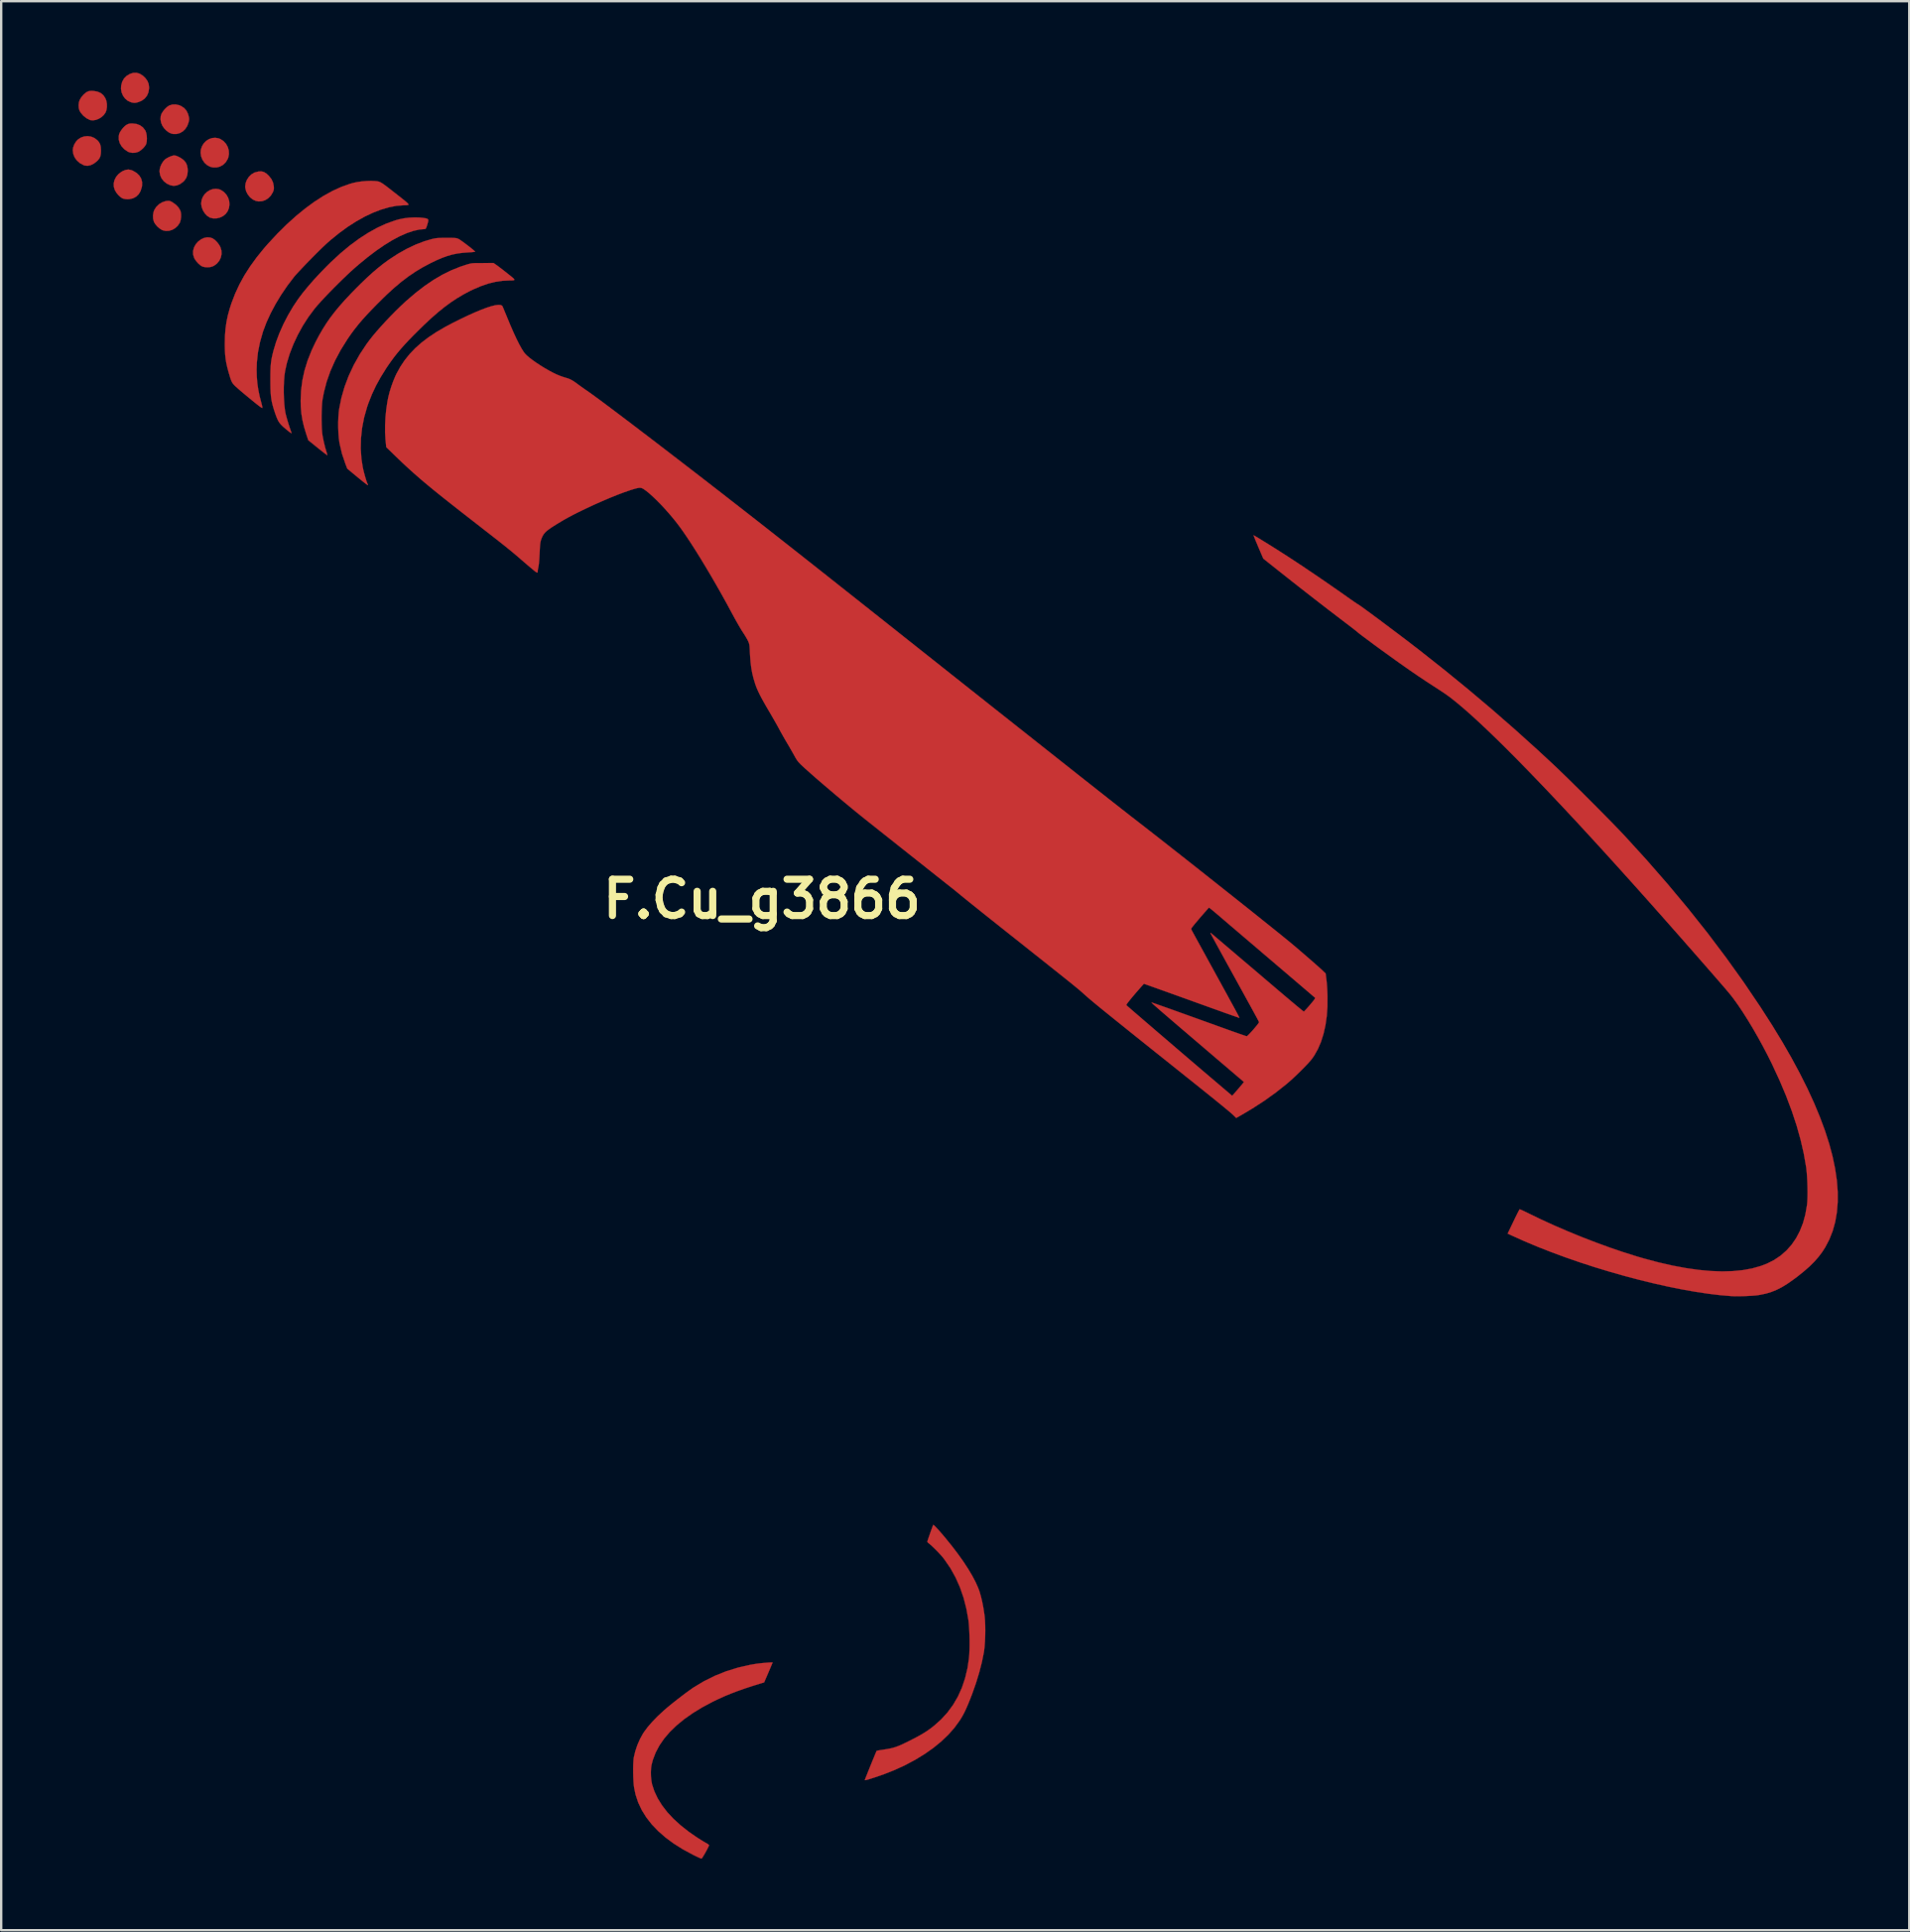
<source format=kicad_pcb>
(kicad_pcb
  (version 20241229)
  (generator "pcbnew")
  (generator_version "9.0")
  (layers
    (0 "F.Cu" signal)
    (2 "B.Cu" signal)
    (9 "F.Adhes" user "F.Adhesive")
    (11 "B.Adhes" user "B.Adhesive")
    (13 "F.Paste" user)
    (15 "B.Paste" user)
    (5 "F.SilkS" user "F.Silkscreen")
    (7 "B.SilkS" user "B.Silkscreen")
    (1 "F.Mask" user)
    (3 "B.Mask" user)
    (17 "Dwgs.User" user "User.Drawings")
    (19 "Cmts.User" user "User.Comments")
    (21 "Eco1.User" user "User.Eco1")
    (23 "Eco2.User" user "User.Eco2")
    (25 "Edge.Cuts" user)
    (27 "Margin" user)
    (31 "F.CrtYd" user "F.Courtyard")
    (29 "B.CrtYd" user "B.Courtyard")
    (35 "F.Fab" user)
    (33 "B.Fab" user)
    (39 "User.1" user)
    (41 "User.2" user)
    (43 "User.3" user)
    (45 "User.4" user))
  (footprint "F.Cu_g3866"
    (layer "F.Cu")
    (at 28.94 34.694)
    (property "Reference" "F.Cu_g3866" (at 0 0 0) (layer "F.SilkS") (effects (font (size 1.524 1.524) (thickness 0.3))))
    (attr through_hole)
    (fp_poly (pts (xy -22.812 -31.937) (xy -22.737 -31.907) (xy -22.606 -31.82) (xy -22.501 -31.706) (xy -22.427 -31.573) (xy -22.385 -31.427) (xy -22.378 -31.276) (xy -22.407 -31.126) (xy -22.434 -31.061) (xy -22.518 -30.927) (xy -22.628 -30.822) (xy -22.756 -30.751) (xy -22.897 -30.714) (xy -23.046 -30.715) (xy -23.164 -30.744) (xy -23.294 -30.812) (xy -23.403 -30.911) (xy -23.488 -31.034) (xy -23.545 -31.174) (xy -23.568 -31.322) (xy -23.559 -31.453) (xy -23.512 -31.599) (xy -23.436 -31.725) (xy -23.336 -31.828) (xy -23.218 -31.903) (xy -23.087 -31.949) (xy -22.95 -31.961) (xy -22.812 -31.937)) (stroke (width 0.01) (type solid)) (fill yes) (layer "F.Cu"))
    (fp_poly (pts (xy -26.123 -34.649) (xy -25.994 -34.568) (xy -25.893 -34.473) (xy -25.804 -34.354) (xy -25.751 -34.228) (xy -25.732 -34.086) (xy -25.733 -34.031) (xy -25.758 -33.869) (xy -25.82 -33.726) (xy -25.916 -33.607) (xy -26.042 -33.515) (xy -26.184 -33.456) (xy -26.283 -33.431) (xy -26.364 -33.426) (xy -26.448 -33.44) (xy -26.501 -33.455) (xy -26.631 -33.516) (xy -26.74 -33.609) (xy -26.826 -33.728) (xy -26.884 -33.865) (xy -26.91 -34.014) (xy -26.903 -34.152) (xy -26.859 -34.314) (xy -26.784 -34.448) (xy -26.676 -34.557) (xy -26.534 -34.642) (xy -26.394 -34.686) (xy -26.257 -34.689) (xy -26.123 -34.649)) (stroke (width 0.01) (type solid)) (fill yes) (layer "F.Cu"))
    (fp_poly (pts (xy -22.787 -29.798) (xy -22.716 -29.769) (xy -22.587 -29.683) (xy -22.485 -29.572) (xy -22.412 -29.443) (xy -22.368 -29.302) (xy -22.357 -29.156) (xy -22.377 -29.012) (xy -22.432 -28.876) (xy -22.514 -28.764) (xy -22.624 -28.674) (xy -22.755 -28.611) (xy -22.896 -28.577) (xy -23.038 -28.575) (xy -23.169 -28.607) (xy -23.188 -28.614) (xy -23.296 -28.685) (xy -23.392 -28.787) (xy -23.469 -28.912) (xy -23.522 -29.048) (xy -23.544 -29.187) (xy -23.544 -29.199) (xy -23.527 -29.343) (xy -23.476 -29.476) (xy -23.398 -29.592) (xy -23.298 -29.688) (xy -23.181 -29.761) (xy -23.053 -29.806) (xy -22.92 -29.82) (xy -22.787 -29.798)) (stroke (width 0.01) (type solid)) (fill yes) (layer "F.Cu"))
    (fp_poly (pts (xy -26.484 -30.606) (xy -26.407 -30.575) (xy -26.255 -30.485) (xy -26.141 -30.375) (xy -26.064 -30.249) (xy -26.025 -30.106) (xy -26.026 -29.949) (xy -26.036 -29.894) (xy -26.088 -29.727) (xy -26.167 -29.591) (xy -26.273 -29.489) (xy -26.405 -29.419) (xy -26.56 -29.384) (xy -26.647 -29.38) (xy -26.742 -29.389) (xy -26.83 -29.411) (xy -26.85 -29.419) (xy -26.936 -29.474) (xy -27.025 -29.558) (xy -27.106 -29.659) (xy -27.168 -29.765) (xy -27.169 -29.767) (xy -27.211 -29.905) (xy -27.215 -30.047) (xy -27.182 -30.186) (xy -27.115 -30.318) (xy -27.018 -30.435) (xy -26.891 -30.532) (xy -26.836 -30.563) (xy -26.711 -30.613) (xy -26.597 -30.627) (xy -26.484 -30.606)) (stroke (width 0.01) (type solid)) (fill yes) (layer "F.Cu"))
    (fp_poly (pts (xy -23.158 -27.771) (xy -23.06 -27.735) (xy -22.963 -27.667) (xy -22.868 -27.571) (xy -22.785 -27.459) (xy -22.739 -27.375) (xy -22.694 -27.229) (xy -22.688 -27.08) (xy -22.718 -26.936) (xy -22.782 -26.802) (xy -22.877 -26.685) (xy -23.001 -26.592) (xy -23.058 -26.563) (xy -23.16 -26.533) (xy -23.28 -26.523) (xy -23.4 -26.532) (xy -23.502 -26.56) (xy -23.506 -26.562) (xy -23.584 -26.612) (xy -23.67 -26.688) (xy -23.751 -26.78) (xy -23.816 -26.875) (xy -23.84 -26.919) (xy -23.882 -27.06) (xy -23.884 -27.205) (xy -23.848 -27.349) (xy -23.775 -27.485) (xy -23.682 -27.594) (xy -23.556 -27.692) (xy -23.423 -27.755) (xy -23.289 -27.782) (xy -23.158 -27.771)) (stroke (width 0.01) (type solid)) (fill yes) (layer "F.Cu"))
    (fp_poly (pts (xy -20.906 -30.521) (xy -20.802 -30.457) (xy -20.702 -30.362) (xy -20.596 -30.228) (xy -20.529 -30.086) (xy -20.496 -29.928) (xy -20.495 -29.916) (xy -20.492 -29.83) (xy -20.502 -29.76) (xy -20.531 -29.684) (xy -20.537 -29.67) (xy -20.62 -29.532) (xy -20.727 -29.423) (xy -20.852 -29.343) (xy -20.989 -29.297) (xy -21.132 -29.288) (xy -21.247 -29.309) (xy -21.377 -29.369) (xy -21.493 -29.463) (xy -21.588 -29.581) (xy -21.657 -29.716) (xy -21.692 -29.86) (xy -21.696 -29.921) (xy -21.676 -30.06) (xy -21.623 -30.196) (xy -21.541 -30.32) (xy -21.437 -30.422) (xy -21.317 -30.494) (xy -21.276 -30.51) (xy -21.134 -30.545) (xy -21.013 -30.55) (xy -20.906 -30.521)) (stroke (width 0.01) (type solid)) (fill yes) (layer "F.Cu"))
    (fp_poly (pts (xy -24.467 -33.327) (xy -24.382 -33.29) (xy -24.256 -33.206) (xy -24.162 -33.098) (xy -24.096 -32.962) (xy -24.074 -32.885) (xy -24.056 -32.805) (xy -24.05 -32.745) (xy -24.056 -32.685) (xy -24.073 -32.607) (xy -24.129 -32.455) (xy -24.212 -32.327) (xy -24.318 -32.226) (xy -24.442 -32.156) (xy -24.577 -32.12) (xy -24.72 -32.121) (xy -24.81 -32.142) (xy -24.91 -32.19) (xy -25.012 -32.268) (xy -25.104 -32.365) (xy -25.176 -32.471) (xy -25.228 -32.6) (xy -25.25 -32.736) (xy -25.242 -32.867) (xy -25.211 -32.965) (xy -25.15 -33.066) (xy -25.069 -33.165) (xy -24.98 -33.25) (xy -24.894 -33.31) (xy -24.885 -33.315) (xy -24.755 -33.355) (xy -24.612 -33.359) (xy -24.467 -33.327)) (stroke (width 0.01) (type solid)) (fill yes) (layer "F.Cu"))
    (fp_poly (pts (xy -28.162 -32.008) (xy -28.024 -31.95) (xy -27.901 -31.856) (xy -27.9 -31.855) (xy -27.831 -31.773) (xy -27.785 -31.686) (xy -27.76 -31.583) (xy -27.751 -31.452) (xy -27.75 -31.422) (xy -27.756 -31.288) (xy -27.777 -31.183) (xy -27.817 -31.096) (xy -27.88 -31.016) (xy -27.924 -30.974) (xy -28.055 -30.873) (xy -28.187 -30.809) (xy -28.316 -30.784) (xy -28.439 -30.797) (xy -28.48 -30.812) (xy -28.635 -30.896) (xy -28.761 -31.006) (xy -28.856 -31.137) (xy -28.914 -31.283) (xy -28.935 -31.442) (xy -28.935 -31.442) (xy -28.918 -31.555) (xy -28.874 -31.675) (xy -28.808 -31.788) (xy -28.729 -31.878) (xy -28.729 -31.879) (xy -28.6 -31.966) (xy -28.457 -32.016) (xy -28.309 -32.03) (xy -28.162 -32.008)) (stroke (width 0.01) (type solid)) (fill yes) (layer "F.Cu"))
    (fp_poly (pts (xy -28.07 -33.926) (xy -27.904 -33.899) (xy -27.765 -33.84) (xy -27.653 -33.749) (xy -27.569 -33.626) (xy -27.524 -33.51) (xy -27.502 -33.383) (xy -27.501 -33.248) (xy -27.522 -33.119) (xy -27.555 -33.028) (xy -27.628 -32.921) (xy -27.726 -32.83) (xy -27.841 -32.759) (xy -27.963 -32.711) (xy -28.084 -32.691) (xy -28.196 -32.702) (xy -28.218 -32.709) (xy -28.361 -32.782) (xy -28.491 -32.886) (xy -28.598 -33.01) (xy -28.651 -33.1) (xy -28.682 -33.202) (xy -28.69 -33.323) (xy -28.677 -33.445) (xy -28.642 -33.553) (xy -28.642 -33.553) (xy -28.571 -33.669) (xy -28.482 -33.774) (xy -28.384 -33.857) (xy -28.33 -33.889) (xy -28.27 -33.914) (xy -28.212 -33.926) (xy -28.14 -33.929) (xy -28.07 -33.926)) (stroke (width 0.01) (type solid)) (fill yes) (layer "F.Cu"))
    (fp_poly (pts (xy -24.863 -29.307) (xy -24.812 -29.287) (xy -24.744 -29.249) (xy -24.723 -29.236) (xy -24.597 -29.142) (xy -24.495 -29.032) (xy -24.424 -28.914) (xy -24.404 -28.857) (xy -24.388 -28.751) (xy -24.389 -28.629) (xy -24.406 -28.507) (xy -24.437 -28.405) (xy -24.444 -28.39) (xy -24.528 -28.266) (xy -24.636 -28.166) (xy -24.76 -28.095) (xy -24.894 -28.055) (xy -25.03 -28.048) (xy -25.161 -28.078) (xy -25.183 -28.087) (xy -25.287 -28.15) (xy -25.388 -28.238) (xy -25.473 -28.339) (xy -25.527 -28.431) (xy -25.562 -28.559) (xy -25.567 -28.701) (xy -25.544 -28.842) (xy -25.506 -28.942) (xy -25.421 -29.069) (xy -25.307 -29.176) (xy -25.174 -29.255) (xy -25.032 -29.302) (xy -24.978 -29.309) (xy -24.914 -29.313) (xy -24.863 -29.307)) (stroke (width 0.01) (type solid)) (fill yes) (layer "F.Cu"))
    (fp_poly (pts (xy -24.604 -31.208) (xy -24.516 -31.173) (xy -24.42 -31.124) (xy -24.331 -31.065) (xy -24.264 -31.008) (xy -24.187 -30.913) (xy -24.138 -30.803) (xy -24.113 -30.67) (xy -24.109 -30.566) (xy -24.124 -30.408) (xy -24.171 -30.274) (xy -24.252 -30.159) (xy -24.299 -30.112) (xy -24.43 -30.016) (xy -24.566 -29.959) (xy -24.704 -29.943) (xy -24.839 -29.967) (xy -24.843 -29.969) (xy -24.993 -30.04) (xy -25.115 -30.138) (xy -25.208 -30.258) (xy -25.268 -30.394) (xy -25.291 -30.542) (xy -25.284 -30.64) (xy -25.256 -30.748) (xy -25.205 -30.862) (xy -25.14 -30.966) (xy -25.069 -31.045) (xy -25.059 -31.054) (xy -24.979 -31.107) (xy -24.885 -31.156) (xy -24.789 -31.194) (xy -24.706 -31.217) (xy -24.673 -31.22) (xy -24.604 -31.208)) (stroke (width 0.01) (type solid)) (fill yes) (layer "F.Cu"))
    (fp_poly (pts (xy -26.261 -32.541) (xy -26.116 -32.487) (xy -25.994 -32.399) (xy -25.899 -32.279) (xy -25.881 -32.247) (xy -25.851 -32.161) (xy -25.831 -32.048) (xy -25.824 -31.926) (xy -25.83 -31.809) (xy -25.849 -31.712) (xy -25.853 -31.698) (xy -25.9 -31.616) (xy -25.974 -31.529) (xy -26.063 -31.448) (xy -26.157 -31.384) (xy -26.189 -31.368) (xy -26.311 -31.333) (xy -26.441 -31.328) (xy -26.565 -31.353) (xy -26.628 -31.381) (xy -26.774 -31.483) (xy -26.886 -31.604) (xy -26.963 -31.738) (xy -27.003 -31.882) (xy -27.003 -32.032) (xy -26.987 -32.114) (xy -26.95 -32.199) (xy -26.888 -32.295) (xy -26.812 -32.388) (xy -26.732 -32.466) (xy -26.679 -32.503) (xy -26.617 -32.535) (xy -26.558 -32.553) (xy -26.486 -32.56) (xy -26.427 -32.56) (xy -26.261 -32.541)) (stroke (width 0.01) (type solid)) (fill yes) (layer "F.Cu"))
    (fp_poly (pts (xy -14.365 -28.611) (xy -14.233 -28.597) (xy -14.127 -28.581) (xy -14.058 -28.563) (xy -14.02 -28.537) (xy -14.009 -28.496) (xy -14.019 -28.431) (xy -14.045 -28.335) (xy -14.048 -28.326) (xy -14.08 -28.225) (xy -14.107 -28.161) (xy -14.13 -28.133) (xy -14.138 -28.13) (xy -14.379 -28.109) (xy -14.639 -28.051) (xy -14.917 -27.956) (xy -15.213 -27.825) (xy -15.525 -27.659) (xy -15.853 -27.457) (xy -16.196 -27.221) (xy -16.554 -26.95) (xy -16.924 -26.646) (xy -17.102 -26.492) (xy -17.258 -26.352) (xy -17.429 -26.192) (xy -17.61 -26.018) (xy -17.798 -25.834) (xy -17.985 -25.647) (xy -18.168 -25.46) (xy -18.341 -25.279) (xy -18.499 -25.109) (xy -18.638 -24.955) (xy -18.751 -24.823) (xy -18.782 -24.785) (xy -19.041 -24.439) (xy -19.278 -24.07) (xy -19.49 -23.685) (xy -19.675 -23.29) (xy -19.829 -22.891) (xy -19.949 -22.496) (xy -20.021 -22.168) (xy -20.048 -21.978) (xy -20.066 -21.757) (xy -20.076 -21.515) (xy -20.077 -21.263) (xy -20.07 -21.011) (xy -20.054 -20.769) (xy -20.03 -20.549) (xy -20.012 -20.436) (xy -19.994 -20.353) (xy -19.964 -20.24) (xy -19.927 -20.107) (xy -19.883 -19.965) (xy -19.838 -19.823) (xy -19.794 -19.692) (xy -19.757 -19.591) (xy -19.751 -19.567) (xy -19.762 -19.562) (xy -19.792 -19.577) (xy -19.845 -19.616) (xy -19.924 -19.679) (xy -20.002 -19.743) (xy -20.112 -19.838) (xy -20.197 -19.922) (xy -20.264 -20.005) (xy -20.319 -20.096) (xy -20.369 -20.206) (xy -20.421 -20.343) (xy -20.443 -20.408) (xy -20.495 -20.567) (xy -20.537 -20.71) (xy -20.57 -20.843) (xy -20.596 -20.975) (xy -20.614 -21.112) (xy -20.626 -21.262) (xy -20.634 -21.433) (xy -20.637 -21.633) (xy -20.638 -21.833) (xy -20.637 -22.041) (xy -20.633 -22.215) (xy -20.626 -22.363) (xy -20.615 -22.495) (xy -20.599 -22.619) (xy -20.576 -22.743) (xy -20.546 -22.876) (xy -20.512 -23.013) (xy -20.402 -23.38) (xy -20.26 -23.758) (xy -20.089 -24.141) (xy -19.894 -24.518) (xy -19.679 -24.883) (xy -19.474 -25.188) (xy -19.289 -25.436) (xy -19.072 -25.701) (xy -18.83 -25.98) (xy -18.566 -26.266) (xy -18.285 -26.555) (xy -18.099 -26.739) (xy -17.705 -27.103) (xy -17.312 -27.43) (xy -16.92 -27.72) (xy -16.531 -27.972) (xy -16.147 -28.185) (xy -15.768 -28.359) (xy -15.395 -28.492) (xy -15.244 -28.535) (xy -15.037 -28.578) (xy -14.812 -28.606) (xy -14.583 -28.617) (xy -14.365 -28.611)) (stroke (width 0.01) (type solid)) (fill yes) (layer "F.Cu"))
    (fp_poly (pts (xy -11.146 -26.617) (xy -11.09 -26.577) (xy -11.009 -26.516) (xy -10.911 -26.441) (xy -10.802 -26.356) (xy -10.69 -26.268) (xy -10.687 -26.265) (xy -10.567 -26.17) (xy -10.479 -26.098) (xy -10.422 -26.046) (xy -10.396 -26.01) (xy -10.4 -25.989) (xy -10.432 -25.977) (xy -10.493 -25.973) (xy -10.581 -25.972) (xy -10.615 -25.971) (xy -10.905 -25.956) (xy -11.194 -25.913) (xy -11.489 -25.84) (xy -11.794 -25.735) (xy -12.115 -25.598) (xy -12.277 -25.52) (xy -12.546 -25.377) (xy -12.809 -25.22) (xy -13.069 -25.047) (xy -13.332 -24.853) (xy -13.601 -24.636) (xy -13.881 -24.391) (xy -14.176 -24.116) (xy -14.358 -23.939) (xy -14.597 -23.702) (xy -14.808 -23.486) (xy -14.995 -23.287) (xy -15.162 -23.099) (xy -15.314 -22.918) (xy -15.456 -22.738) (xy -15.591 -22.554) (xy -15.725 -22.361) (xy -15.78 -22.278) (xy -16.009 -21.91) (xy -16.206 -21.552) (xy -16.374 -21.194) (xy -16.52 -20.826) (xy -16.581 -20.648) (xy -16.703 -20.218) (xy -16.788 -19.782) (xy -16.835 -19.346) (xy -16.845 -18.915) (xy -16.817 -18.493) (xy -16.762 -18.137) (xy -16.737 -18.021) (xy -16.705 -17.893) (xy -16.67 -17.764) (xy -16.634 -17.642) (xy -16.601 -17.538) (xy -16.572 -17.462) (xy -16.561 -17.438) (xy -16.545 -17.397) (xy -16.545 -17.378) (xy -16.547 -17.378) (xy -16.569 -17.39) (xy -16.617 -17.424) (xy -16.683 -17.474) (xy -16.754 -17.53) (xy -16.846 -17.604) (xy -16.957 -17.694) (xy -17.072 -17.789) (xy -17.177 -17.876) (xy -17.41 -18.07) (xy -17.487 -18.269) (xy -17.631 -18.694) (xy -17.733 -19.128) (xy -17.74 -19.169) (xy -17.765 -19.348) (xy -17.781 -19.556) (xy -17.79 -19.782) (xy -17.791 -20.013) (xy -17.783 -20.237) (xy -17.767 -20.443) (xy -17.751 -20.574) (xy -17.657 -21.043) (xy -17.522 -21.511) (xy -17.347 -21.974) (xy -17.133 -22.429) (xy -16.882 -22.875) (xy -16.594 -23.309) (xy -16.48 -23.463) (xy -16.343 -23.637) (xy -16.18 -23.831) (xy -15.996 -24.039) (xy -15.798 -24.256) (xy -15.591 -24.473) (xy -15.382 -24.686) (xy -15.177 -24.886) (xy -14.982 -25.069) (xy -14.933 -25.114) (xy -14.547 -25.444) (xy -14.169 -25.736) (xy -13.796 -25.99) (xy -13.425 -26.208) (xy -13.053 -26.392) (xy -12.677 -26.544) (xy -12.408 -26.633) (xy -12.333 -26.655) (xy -12.27 -26.672) (xy -12.212 -26.684) (xy -12.151 -26.693) (xy -12.079 -26.698) (xy -11.988 -26.7) (xy -11.87 -26.701) (xy -11.725 -26.701) (xy -11.269 -26.702) (xy -11.146 -26.617)) (stroke (width 0.01) (type solid)) (fill yes) (layer "F.Cu"))
    (fp_poly (pts (xy 0.445 32.049) (xy 0.437 32.07) (xy 0.414 32.125) (xy 0.38 32.206) (xy 0.337 32.309) (xy 0.286 32.428) (xy 0.268 32.47) (xy 0.091 32.882) (xy -0.002 32.91) (xy -0.379 33.026) (xy -0.72 33.138) (xy -1.032 33.248) (xy -1.322 33.359) (xy -1.596 33.473) (xy -1.861 33.594) (xy -2.064 33.692) (xy -2.505 33.927) (xy -2.906 34.172) (xy -3.268 34.427) (xy -3.588 34.69) (xy -3.869 34.962) (xy -4.109 35.243) (xy -4.308 35.532) (xy -4.465 35.83) (xy -4.582 36.136) (xy -4.639 36.354) (xy -4.658 36.494) (xy -4.665 36.659) (xy -4.661 36.834) (xy -4.644 37.003) (xy -4.617 37.151) (xy -4.616 37.156) (xy -4.518 37.454) (xy -4.379 37.749) (xy -4.199 38.04) (xy -3.979 38.326) (xy -3.718 38.606) (xy -3.418 38.88) (xy -3.079 39.148) (xy -2.783 39.354) (xy -2.676 39.424) (xy -2.565 39.494) (xy -2.464 39.556) (xy -2.384 39.603) (xy -2.376 39.607) (xy -2.305 39.648) (xy -2.252 39.684) (xy -2.224 39.709) (xy -2.223 39.713) (xy -2.232 39.747) (xy -2.259 39.806) (xy -2.298 39.883) (xy -2.345 39.97) (xy -2.395 40.06) (xy -2.444 40.143) (xy -2.487 40.213) (xy -2.521 40.261) (xy -2.54 40.28) (xy -2.54 40.28) (xy -2.569 40.271) (xy -2.628 40.246) (xy -2.712 40.207) (xy -2.812 40.159) (xy -2.9 40.116) (xy -3.322 39.888) (xy -3.706 39.646) (xy -4.052 39.39) (xy -4.359 39.121) (xy -4.628 38.84) (xy -4.857 38.546) (xy -5.047 38.24) (xy -5.197 37.923) (xy -5.306 37.595) (xy -5.368 37.296) (xy -5.384 37.169) (xy -5.395 37.015) (xy -5.403 36.845) (xy -5.407 36.666) (xy -5.408 36.489) (xy -5.404 36.322) (xy -5.396 36.176) (xy -5.385 36.059) (xy -5.379 36.026) (xy -5.319 35.773) (xy -5.232 35.514) (xy -5.122 35.263) (xy -4.997 35.035) (xy -4.949 34.962) (xy -4.793 34.752) (xy -4.6 34.53) (xy -4.376 34.3) (xy -4.125 34.067) (xy -3.989 33.949) (xy -3.849 33.833) (xy -3.693 33.708) (xy -3.528 33.578) (xy -3.362 33.451) (xy -3.202 33.33) (xy -3.055 33.223) (xy -2.929 33.134) (xy -2.868 33.092) (xy -2.432 32.831) (xy -1.974 32.604) (xy -1.496 32.413) (xy -1.001 32.26) (xy -0.493 32.144) (xy -0.23 32.1) (xy -0.133 32.088) (xy -0.024 32.075) (xy 0.089 32.065) (xy 0.198 32.056) (xy 0.296 32.049) (xy 0.375 32.045) (xy 0.427 32.045) (xy 0.445 32.049)) (stroke (width 0.01) (type solid)) (fill yes) (layer "F.Cu"))
    (fp_poly (pts (xy -13.105 -27.758) (xy -12.996 -27.757) (xy -12.914 -27.754) (xy -12.855 -27.748) (xy -12.809 -27.74) (xy -12.772 -27.727) (xy -12.742 -27.715) (xy -12.7 -27.691) (xy -12.636 -27.647) (xy -12.555 -27.59) (xy -12.463 -27.522) (xy -12.368 -27.45) (xy -12.274 -27.378) (xy -12.189 -27.31) (xy -12.118 -27.252) (xy -12.068 -27.208) (xy -12.045 -27.183) (xy -12.044 -27.18) (xy -12.064 -27.173) (xy -12.118 -27.165) (xy -12.199 -27.157) (xy -12.3 -27.151) (xy -12.326 -27.149) (xy -12.567 -27.131) (xy -12.789 -27.102) (xy -13.002 -27.058) (xy -13.213 -26.998) (xy -13.432 -26.918) (xy -13.668 -26.817) (xy -13.906 -26.702) (xy -14.228 -26.532) (xy -14.534 -26.349) (xy -14.833 -26.147) (xy -15.129 -25.924) (xy -15.428 -25.673) (xy -15.737 -25.392) (xy -15.925 -25.21) (xy -16.177 -24.959) (xy -16.401 -24.729) (xy -16.6 -24.518) (xy -16.779 -24.32) (xy -16.94 -24.13) (xy -17.088 -23.944) (xy -17.228 -23.758) (xy -17.362 -23.567) (xy -17.41 -23.495) (xy -17.688 -23.049) (xy -17.924 -22.606) (xy -18.12 -22.164) (xy -18.276 -21.721) (xy -18.392 -21.276) (xy -18.451 -20.966) (xy -18.466 -20.837) (xy -18.477 -20.679) (xy -18.485 -20.498) (xy -18.489 -20.305) (xy -18.489 -20.108) (xy -18.485 -19.917) (xy -18.478 -19.74) (xy -18.466 -19.587) (xy -18.451 -19.467) (xy -18.45 -19.463) (xy -18.399 -19.205) (xy -18.339 -18.96) (xy -18.285 -18.779) (xy -18.264 -18.71) (xy -18.252 -18.659) (xy -18.25 -18.636) (xy -18.268 -18.647) (xy -18.315 -18.68) (xy -18.385 -18.733) (xy -18.474 -18.802) (xy -18.577 -18.884) (xy -18.653 -18.945) (xy -19.047 -19.263) (xy -19.133 -19.522) (xy -19.225 -19.825) (xy -19.292 -20.108) (xy -19.337 -20.386) (xy -19.361 -20.671) (xy -19.367 -20.924) (xy -19.35 -21.349) (xy -19.296 -21.769) (xy -19.206 -22.186) (xy -19.077 -22.605) (xy -18.909 -23.029) (xy -18.744 -23.379) (xy -18.598 -23.657) (xy -18.447 -23.919) (xy -18.289 -24.17) (xy -18.118 -24.415) (xy -17.931 -24.659) (xy -17.724 -24.908) (xy -17.493 -25.168) (xy -17.233 -25.444) (xy -17.093 -25.587) (xy -16.828 -25.852) (xy -16.584 -26.086) (xy -16.355 -26.295) (xy -16.136 -26.482) (xy -15.924 -26.652) (xy -15.711 -26.809) (xy -15.653 -26.85) (xy -15.283 -27.091) (xy -14.911 -27.3) (xy -14.542 -27.475) (xy -14.18 -27.614) (xy -13.896 -27.698) (xy -13.811 -27.719) (xy -13.738 -27.734) (xy -13.668 -27.745) (xy -13.591 -27.752) (xy -13.498 -27.756) (xy -13.38 -27.758) (xy -13.25 -27.758) (xy -13.105 -27.758)) (stroke (width 0.01) (type solid)) (fill yes) (layer "F.Cu"))
    (fp_poly (pts (xy -16.251 -30.145) (xy -16.223 -30.142) (xy -16.173 -30.137) (xy -16.129 -30.13) (xy -16.087 -30.12) (xy -16.044 -30.104) (xy -15.997 -30.081) (xy -15.941 -30.047) (xy -15.873 -30.001) (xy -15.789 -29.939) (xy -15.686 -29.861) (xy -15.561 -29.763) (xy -15.408 -29.643) (xy -15.26 -29.527) (xy -15.117 -29.414) (xy -15.006 -29.325) (xy -14.924 -29.257) (xy -14.871 -29.207) (xy -14.844 -29.172) (xy -14.842 -29.15) (xy -14.864 -29.137) (xy -14.908 -29.131) (xy -14.973 -29.128) (xy -15.039 -29.127) (xy -15.342 -29.104) (xy -15.66 -29.043) (xy -15.991 -28.946) (xy -16.331 -28.815) (xy -16.68 -28.65) (xy -17.033 -28.452) (xy -17.389 -28.224) (xy -17.745 -27.965) (xy -18.099 -27.678) (xy -18.236 -27.559) (xy -18.334 -27.469) (xy -18.453 -27.356) (xy -18.586 -27.226) (xy -18.729 -27.084) (xy -18.878 -26.934) (xy -19.028 -26.782) (xy -19.173 -26.632) (xy -19.31 -26.488) (xy -19.433 -26.357) (xy -19.538 -26.243) (xy -19.62 -26.15) (xy -19.655 -26.108) (xy -19.931 -25.744) (xy -20.187 -25.368) (xy -20.419 -24.985) (xy -20.623 -24.602) (xy -20.797 -24.225) (xy -20.936 -23.859) (xy -20.952 -23.812) (xy -21.076 -23.378) (xy -21.161 -22.952) (xy -21.207 -22.53) (xy -21.217 -22.225) (xy -21.21 -21.94) (xy -21.188 -21.668) (xy -21.149 -21.397) (xy -21.092 -21.116) (xy -21.013 -20.811) (xy -21.011 -20.802) (xy -20.985 -20.702) (xy -20.976 -20.641) (xy -20.981 -20.617) (xy -20.984 -20.616) (xy -21.009 -20.629) (xy -21.06 -20.663) (xy -21.128 -20.713) (xy -21.199 -20.768) (xy -21.394 -20.925) (xy -21.574 -21.073) (xy -21.737 -21.208) (xy -21.88 -21.328) (xy -21.999 -21.432) (xy -22.092 -21.515) (xy -22.155 -21.576) (xy -22.168 -21.59) (xy -22.22 -21.652) (xy -22.258 -21.715) (xy -22.292 -21.791) (xy -22.326 -21.893) (xy -22.329 -21.904) (xy -22.396 -22.129) (xy -22.448 -22.325) (xy -22.488 -22.503) (xy -22.516 -22.671) (xy -22.535 -22.84) (xy -22.546 -23.021) (xy -22.551 -23.224) (xy -22.551 -23.326) (xy -22.544 -23.651) (xy -22.521 -23.948) (xy -22.481 -24.23) (xy -22.423 -24.509) (xy -22.343 -24.797) (xy -22.27 -25.02) (xy -22.118 -25.416) (xy -21.939 -25.802) (xy -21.731 -26.182) (xy -21.49 -26.559) (xy -21.216 -26.937) (xy -20.904 -27.322) (xy -20.736 -27.514) (xy -20.344 -27.936) (xy -19.952 -28.324) (xy -19.561 -28.677) (xy -19.172 -28.995) (xy -18.787 -29.277) (xy -18.406 -29.522) (xy -18.031 -29.729) (xy -17.663 -29.897) (xy -17.304 -30.025) (xy -17.159 -30.066) (xy -16.989 -30.102) (xy -16.799 -30.129) (xy -16.603 -30.146) (xy -16.416 -30.152) (xy -16.251 -30.145)) (stroke (width 0.01) (type solid)) (fill yes) (layer "F.Cu"))
    (fp_poly (pts (xy 7.21 26.277) (xy 7.253 26.315) (xy 7.316 26.38) (xy 7.397 26.467) (xy 7.492 26.575) (xy 7.599 26.699) (xy 7.714 26.836) (xy 7.718 26.841) (xy 7.986 27.172) (xy 8.232 27.496) (xy 8.455 27.809) (xy 8.652 28.11) (xy 8.822 28.395) (xy 8.963 28.661) (xy 9.073 28.906) (xy 9.131 29.062) (xy 9.19 29.263) (xy 9.246 29.497) (xy 9.295 29.751) (xy 9.336 30.016) (xy 9.348 30.106) (xy 9.363 30.282) (xy 9.372 30.486) (xy 9.375 30.709) (xy 9.371 30.94) (xy 9.361 31.166) (xy 9.346 31.376) (xy 9.325 31.561) (xy 9.315 31.623) (xy 9.233 32.029) (xy 9.123 32.459) (xy 8.986 32.907) (xy 8.824 33.367) (xy 8.743 33.576) (xy 8.656 33.79) (xy 8.578 33.971) (xy 8.504 34.128) (xy 8.431 34.268) (xy 8.354 34.399) (xy 8.302 34.48) (xy 8.083 34.783) (xy 7.824 35.076) (xy 7.528 35.359) (xy 7.197 35.63) (xy 6.833 35.886) (xy 6.439 36.128) (xy 6.017 36.353) (xy 5.57 36.559) (xy 5.098 36.746) (xy 4.773 36.858) (xy 4.621 36.907) (xy 4.504 36.944) (xy 4.42 36.968) (xy 4.364 36.982) (xy 4.331 36.987) (xy 4.319 36.983) (xy 4.318 36.98) (xy 4.326 36.958) (xy 4.347 36.901) (xy 4.38 36.818) (xy 4.422 36.713) (xy 4.47 36.592) (xy 4.523 36.461) (xy 4.577 36.326) (xy 4.631 36.193) (xy 4.683 36.068) (xy 4.729 35.956) (xy 4.767 35.863) (xy 4.796 35.796) (xy 4.812 35.759) (xy 4.815 35.755) (xy 4.838 35.748) (xy 4.895 35.738) (xy 4.977 35.724) (xy 5.076 35.709) (xy 5.084 35.707) (xy 5.244 35.683) (xy 5.381 35.657) (xy 5.504 35.627) (xy 5.622 35.591) (xy 5.744 35.545) (xy 5.879 35.487) (xy 6.035 35.412) (xy 6.16 35.351) (xy 6.372 35.243) (xy 6.552 35.148) (xy 6.707 35.061) (xy 6.845 34.977) (xy 6.971 34.893) (xy 7.093 34.805) (xy 7.218 34.707) (xy 7.22 34.706) (xy 7.522 34.437) (xy 7.791 34.142) (xy 8.026 33.821) (xy 8.227 33.476) (xy 8.395 33.104) (xy 8.528 32.707) (xy 8.629 32.284) (xy 8.69 31.877) (xy 8.704 31.721) (xy 8.712 31.533) (xy 8.716 31.323) (xy 8.716 31.102) (xy 8.711 30.879) (xy 8.702 30.665) (xy 8.689 30.47) (xy 8.673 30.303) (xy 8.668 30.269) (xy 8.582 29.787) (xy 8.464 29.327) (xy 8.312 28.889) (xy 8.129 28.477) (xy 7.914 28.09) (xy 7.669 27.732) (xy 7.584 27.622) (xy 7.518 27.545) (xy 7.435 27.455) (xy 7.343 27.359) (xy 7.247 27.263) (xy 7.157 27.176) (xy 7.077 27.103) (xy 7.017 27.053) (xy 7 27.041) (xy 6.96 27.007) (xy 6.943 26.976) (xy 6.943 26.975) (xy 6.949 26.948) (xy 6.968 26.89) (xy 6.995 26.808) (xy 7.029 26.711) (xy 7.065 26.607) (xy 7.101 26.504) (xy 7.135 26.411) (xy 7.164 26.334) (xy 7.184 26.284) (xy 7.192 26.268) (xy 7.21 26.277)) (stroke (width 0.01) (type solid)) (fill yes) (layer "F.Cu"))
    (fp_poly (pts (xy 20.661 -15.263) (xy 20.712 -15.234) (xy 20.791 -15.188) (xy 20.893 -15.126) (xy 21.014 -15.051) (xy 21.151 -14.967) (xy 21.3 -14.874) (xy 21.455 -14.777) (xy 21.614 -14.677) (xy 21.772 -14.576) (xy 21.925 -14.479) (xy 22.069 -14.386) (xy 22.087 -14.374) (xy 22.44 -14.143) (xy 22.817 -13.892) (xy 23.212 -13.625) (xy 23.616 -13.35) (xy 24.02 -13.07) (xy 24.418 -12.792) (xy 24.569 -12.685) (xy 24.687 -12.602) (xy 24.794 -12.528) (xy 24.884 -12.465) (xy 24.953 -12.418) (xy 24.996 -12.39) (xy 25.009 -12.383) (xy 25.031 -12.37) (xy 25.085 -12.334) (xy 25.166 -12.277) (xy 25.272 -12.201) (xy 25.399 -12.108) (xy 25.546 -12.001) (xy 25.708 -11.881) (xy 25.883 -11.751) (xy 26.068 -11.613) (xy 26.26 -11.469) (xy 26.456 -11.322) (xy 26.653 -11.174) (xy 26.849 -11.026) (xy 27.039 -10.882) (xy 27.221 -10.743) (xy 27.392 -10.611) (xy 27.55 -10.49) (xy 27.633 -10.425) (xy 28.666 -9.608) (xy 29.667 -8.79) (xy 30.645 -7.964) (xy 31.61 -7.122) (xy 32.569 -6.257) (xy 33.232 -5.643) (xy 33.37 -5.513) (xy 33.532 -5.356) (xy 33.716 -5.178) (xy 33.917 -4.982) (xy 34.13 -4.771) (xy 34.354 -4.551) (xy 34.582 -4.323) (xy 34.813 -4.093) (xy 35.041 -3.864) (xy 35.263 -3.64) (xy 35.476 -3.424) (xy 35.675 -3.222) (xy 35.856 -3.035) (xy 36.016 -2.869) (xy 36.152 -2.727) (xy 36.198 -2.678) (xy 37.134 -1.651) (xy 38.032 -0.622) (xy 38.89 0.407) (xy 39.708 1.437) (xy 40.485 2.468) (xy 41.221 3.497) (xy 41.916 4.526) (xy 42.408 5.292) (xy 42.83 5.984) (xy 43.217 6.657) (xy 43.569 7.31) (xy 43.887 7.944) (xy 44.169 8.557) (xy 44.416 9.151) (xy 44.629 9.724) (xy 44.806 10.276) (xy 44.948 10.808) (xy 45.054 11.319) (xy 45.126 11.809) (xy 45.162 12.277) (xy 45.162 12.724) (xy 45.127 13.149) (xy 45.057 13.552) (xy 44.951 13.933) (xy 44.809 14.291) (xy 44.645 14.606) (xy 44.509 14.818) (xy 44.354 15.023) (xy 44.177 15.224) (xy 43.974 15.425) (xy 43.741 15.629) (xy 43.475 15.842) (xy 43.294 15.977) (xy 43.05 16.148) (xy 42.822 16.288) (xy 42.603 16.4) (xy 42.384 16.489) (xy 42.159 16.558) (xy 41.918 16.609) (xy 41.815 16.626) (xy 41.715 16.638) (xy 41.583 16.649) (xy 41.43 16.657) (xy 41.266 16.665) (xy 41.1 16.669) (xy 40.944 16.671) (xy 40.808 16.67) (xy 40.714 16.666) (xy 40.232 16.626) (xy 39.719 16.564) (xy 39.177 16.482) (xy 38.612 16.382) (xy 38.028 16.264) (xy 37.428 16.129) (xy 36.816 15.979) (xy 36.198 15.815) (xy 35.576 15.638) (xy 34.955 15.449) (xy 34.34 15.249) (xy 33.734 15.039) (xy 33.141 14.82) (xy 32.566 14.595) (xy 32.012 14.362) (xy 31.484 14.125) (xy 31.46 14.114) (xy 31.307 14.042) (xy 31.549 13.535) (xy 31.614 13.4) (xy 31.674 13.278) (xy 31.726 13.174) (xy 31.768 13.093) (xy 31.797 13.041) (xy 31.811 13.022) (xy 31.835 13.029) (xy 31.891 13.052) (xy 31.972 13.089) (xy 32.072 13.137) (xy 32.185 13.192) (xy 32.187 13.194) (xy 32.714 13.449) (xy 33.269 13.703) (xy 33.842 13.95) (xy 34.426 14.189) (xy 35.014 14.416) (xy 35.597 14.629) (xy 36.167 14.823) (xy 36.716 14.996) (xy 37.02 15.085) (xy 37.639 15.25) (xy 38.23 15.385) (xy 38.793 15.49) (xy 39.328 15.566) (xy 39.835 15.613) (xy 40.312 15.63) (xy 40.761 15.617) (xy 41.181 15.575) (xy 41.571 15.504) (xy 41.931 15.402) (xy 42.189 15.304) (xy 42.49 15.152) (xy 42.764 14.968) (xy 43.01 14.753) (xy 43.228 14.508) (xy 43.417 14.233) (xy 43.576 13.929) (xy 43.706 13.599) (xy 43.804 13.241) (xy 43.871 12.858) (xy 43.88 12.786) (xy 43.89 12.653) (xy 43.896 12.488) (xy 43.898 12.299) (xy 43.895 12.095) (xy 43.889 11.888) (xy 43.878 11.684) (xy 43.865 11.495) (xy 43.848 11.328) (xy 43.838 11.25) (xy 43.738 10.681) (xy 43.604 10.099) (xy 43.437 9.503) (xy 43.234 8.891) (xy 42.997 8.262) (xy 42.724 7.614) (xy 42.415 6.947) (xy 42.391 6.896) (xy 42.206 6.527) (xy 42.011 6.155) (xy 41.807 5.785) (xy 41.6 5.425) (xy 41.391 5.079) (xy 41.186 4.755) (xy 40.987 4.458) (xy 40.798 4.194) (xy 40.787 4.18) (xy 40.755 4.137) (xy 40.721 4.093) (xy 40.686 4.048) (xy 40.645 3.998) (xy 40.599 3.941) (xy 40.544 3.876) (xy 40.48 3.8) (xy 40.403 3.71) (xy 40.313 3.606) (xy 40.207 3.483) (xy 40.083 3.341) (xy 39.941 3.177) (xy 39.776 2.989) (xy 39.589 2.774) (xy 39.377 2.532) (xy 39.255 2.392) (xy 38.553 1.592) (xy 37.871 0.819) (xy 37.208 0.072) (xy 36.564 -0.648) (xy 35.941 -1.34) (xy 35.338 -2.005) (xy 34.755 -2.642) (xy 34.194 -3.251) (xy 33.653 -3.83) (xy 33.135 -4.381) (xy 32.638 -4.902) (xy 32.164 -5.394) (xy 31.713 -5.855) (xy 31.284 -6.286) (xy 30.879 -6.686) (xy 30.498 -7.054) (xy 30.14 -7.392) (xy 29.807 -7.697) (xy 29.499 -7.97) (xy 29.216 -8.21) (xy 28.958 -8.418) (xy 28.84 -8.508) (xy 28.764 -8.562) (xy 28.662 -8.634) (xy 28.54 -8.716) (xy 28.407 -8.803) (xy 28.272 -8.891) (xy 28.226 -8.921) (xy 27.903 -9.13) (xy 27.56 -9.359) (xy 27.192 -9.611) (xy 26.798 -9.888) (xy 26.554 -10.062) (xy 26.393 -10.178) (xy 26.226 -10.298) (xy 26.056 -10.421) (xy 25.887 -10.544) (xy 25.723 -10.664) (xy 25.568 -10.779) (xy 25.425 -10.885) (xy 25.298 -10.98) (xy 25.19 -11.061) (xy 25.105 -11.125) (xy 25.047 -11.171) (xy 25.019 -11.194) (xy 25.019 -11.195) (xy 24.994 -11.216) (xy 24.941 -11.26) (xy 24.862 -11.321) (xy 24.764 -11.398) (xy 24.65 -11.485) (xy 24.525 -11.58) (xy 24.5 -11.599) (xy 24.151 -11.865) (xy 23.775 -12.153) (xy 23.379 -12.459) (xy 22.969 -12.777) (xy 22.552 -13.103) (xy 22.134 -13.432) (xy 21.722 -13.758) (xy 21.32 -14.077) (xy 21.313 -14.083) (xy 21.046 -14.296) (xy 20.839 -14.78) (xy 20.783 -14.913) (xy 20.733 -15.032) (xy 20.692 -15.133) (xy 20.661 -15.211) (xy 20.644 -15.258) (xy 20.641 -15.272) (xy 20.661 -15.263)) (stroke (width 0.01) (type solid)) (fill yes) (layer "F.Cu"))
    (fp_poly (pts (xy -10.976 -24.941) (xy -10.914 -24.912) (xy -10.898 -24.892) (xy -10.885 -24.864) (xy -10.858 -24.803) (xy -10.821 -24.714) (xy -10.776 -24.605) (xy -10.724 -24.48) (xy -10.698 -24.417) (xy -10.555 -24.073) (xy -10.423 -23.771) (xy -10.301 -23.509) (xy -10.19 -23.288) (xy -10.09 -23.108) (xy -10.001 -22.968) (xy -9.955 -22.907) (xy -9.879 -22.828) (xy -9.771 -22.735) (xy -9.638 -22.632) (xy -9.484 -22.523) (xy -9.316 -22.412) (xy -9.141 -22.303) (xy -8.964 -22.201) (xy -8.792 -22.108) (xy -8.631 -22.03) (xy -8.603 -22.018) (xy -8.495 -21.973) (xy -8.377 -21.93) (xy -8.27 -21.895) (xy -8.244 -21.888) (xy -8.15 -21.86) (xy -8.068 -21.828) (xy -7.988 -21.788) (xy -7.901 -21.735) (xy -7.797 -21.662) (xy -7.724 -21.608) (xy -7.625 -21.536) (xy -7.51 -21.454) (xy -7.397 -21.375) (xy -7.347 -21.341) (xy -7.247 -21.271) (xy -7.116 -21.177) (xy -6.955 -21.059) (xy -6.765 -20.92) (xy -6.549 -20.759) (xy -6.308 -20.578) (xy -6.044 -20.379) (xy -5.758 -20.163) (xy -5.452 -19.932) (xy -5.129 -19.685) (xy -4.788 -19.426) (xy -4.433 -19.154) (xy -4.065 -18.872) (xy -3.685 -18.58) (xy -3.295 -18.28) (xy -2.898 -17.974) (xy -2.494 -17.662) (xy -2.085 -17.345) (xy -1.673 -17.026) (xy -1.408 -16.819) (xy -1.079 -16.563) (xy -0.746 -16.304) (xy -0.408 -16.04) (xy -0.062 -15.77) (xy 0.293 -15.491) (xy 0.661 -15.202) (xy 1.044 -14.901) (xy 1.443 -14.587) (xy 1.861 -14.257) (xy 2.3 -13.911) (xy 2.762 -13.545) (xy 3.249 -13.159) (xy 3.765 -12.751) (xy 4.31 -12.319) (xy 4.541 -12.136) (xy 5.286 -11.546) (xy 5.997 -10.982) (xy 6.678 -10.442) (xy 7.327 -9.928) (xy 7.946 -9.437) (xy 8.535 -8.97) (xy 9.096 -8.526) (xy 9.628 -8.104) (xy 10.134 -7.704) (xy 10.613 -7.325) (xy 11.066 -6.966) (xy 11.494 -6.627) (xy 11.898 -6.308) (xy 12.278 -6.007) (xy 12.635 -5.725) (xy 12.97 -5.46) (xy 13.283 -5.212) (xy 13.576 -4.981) (xy 13.85 -4.765) (xy 14.103 -4.565) (xy 14.339 -4.38) (xy 14.556 -4.208) (xy 14.757 -4.05) (xy 14.942 -3.906) (xy 15.11 -3.773) (xy 15.265 -3.653) (xy 15.405 -3.543) (xy 15.531 -3.444) (xy 15.646 -3.356) (xy 15.728 -3.292) (xy 15.946 -3.123) (xy 16.185 -2.937) (xy 16.443 -2.735) (xy 16.718 -2.52) (xy 17.008 -2.293) (xy 17.31 -2.055) (xy 17.622 -1.81) (xy 17.942 -1.558) (xy 18.267 -1.302) (xy 18.595 -1.042) (xy 18.923 -0.782) (xy 19.25 -0.523) (xy 19.573 -0.267) (xy 19.89 -0.016) (xy 20.198 0.229) (xy 20.496 0.466) (xy 20.78 0.693) (xy 21.048 0.908) (xy 21.299 1.108) (xy 21.53 1.294) (xy 21.738 1.461) (xy 21.921 1.61) (xy 22.077 1.737) (xy 22.204 1.841) (xy 22.272 1.898) (xy 22.394 2.001) (xy 22.53 2.116) (xy 22.674 2.24) (xy 22.822 2.368) (xy 22.969 2.495) (xy 23.11 2.618) (xy 23.24 2.732) (xy 23.354 2.833) (xy 23.447 2.917) (xy 23.515 2.979) (xy 23.532 2.995) (xy 23.664 3.122) (xy 23.698 3.387) (xy 23.709 3.495) (xy 23.72 3.633) (xy 23.73 3.789) (xy 23.738 3.949) (xy 23.742 4.085) (xy 23.74 4.509) (xy 23.711 4.914) (xy 23.656 5.297) (xy 23.575 5.656) (xy 23.47 5.989) (xy 23.34 6.293) (xy 23.187 6.565) (xy 23.086 6.71) (xy 23.014 6.797) (xy 22.916 6.906) (xy 22.798 7.031) (xy 22.665 7.166) (xy 22.523 7.306) (xy 22.378 7.445) (xy 22.235 7.577) (xy 22.101 7.696) (xy 22.013 7.771) (xy 21.563 8.127) (xy 21.091 8.465) (xy 20.591 8.789) (xy 20.251 8.992) (xy 20.145 9.054) (xy 20.052 9.108) (xy 19.978 9.15) (xy 19.929 9.177) (xy 19.912 9.186) (xy 19.895 9.172) (xy 19.858 9.136) (xy 19.822 9.1) (xy 19.776 9.056) (xy 19.703 8.991) (xy 19.6 8.903) (xy 19.467 8.793) (xy 19.305 8.659) (xy 19.112 8.502) (xy 18.888 8.32) (xy 18.632 8.114) (xy 18.344 7.883) (xy 18.023 7.626) (xy 17.843 7.483) (xy 17.403 7.131) (xy 16.994 6.804) (xy 16.615 6.502) (xy 16.266 6.223) (xy 15.945 5.966) (xy 15.65 5.73) (xy 15.381 5.514) (xy 15.136 5.317) (xy 14.914 5.139) (xy 14.713 4.977) (xy 14.532 4.831) (xy 14.371 4.701) (xy 14.227 4.584) (xy 14.1 4.479) (xy 14.064 4.45) (xy 15.296 4.45) (xy 15.314 4.466) (xy 15.361 4.508) (xy 15.436 4.573) (xy 15.535 4.66) (xy 15.658 4.766) (xy 15.801 4.889) (xy 15.962 5.028) (xy 16.139 5.18) (xy 16.329 5.343) (xy 16.53 5.516) (xy 16.74 5.696) (xy 16.956 5.881) (xy 17.176 6.069) (xy 17.397 6.259) (xy 17.618 6.448) (xy 17.835 6.634) (xy 18.047 6.815) (xy 18.251 6.989) (xy 18.445 7.155) (xy 18.627 7.309) (xy 18.793 7.451) (xy 18.871 7.517) (xy 19.003 7.629) (xy 19.136 7.742) (xy 19.263 7.85) (xy 19.377 7.947) (xy 19.472 8.028) (xy 19.537 8.083) (xy 19.614 8.148) (xy 19.677 8.201) (xy 19.722 8.239) (xy 19.742 8.254) (xy 19.742 8.254) (xy 19.757 8.239) (xy 19.795 8.197) (xy 19.851 8.133) (xy 19.921 8.052) (xy 19.994 7.968) (xy 20.073 7.876) (xy 20.14 7.796) (xy 20.192 7.732) (xy 20.224 7.69) (xy 20.233 7.675) (xy 19.81 7.315) (xy 19.419 6.981) (xy 19.057 6.673) (xy 18.725 6.389) (xy 18.42 6.128) (xy 18.141 5.891) (xy 17.888 5.674) (xy 17.659 5.479) (xy 17.453 5.303) (xy 17.269 5.145) (xy 17.106 5.005) (xy 16.963 4.882) (xy 16.838 4.775) (xy 16.731 4.682) (xy 16.64 4.603) (xy 16.564 4.536) (xy 16.502 4.481) (xy 16.452 4.437) (xy 16.415 4.403) (xy 16.388 4.378) (xy 16.37 4.36) (xy 16.36 4.349) (xy 16.358 4.344) (xy 16.359 4.344) (xy 16.366 4.345) (xy 16.384 4.349) (xy 16.413 4.358) (xy 16.457 4.373) (xy 16.516 4.393) (xy 16.593 4.419) (xy 16.688 4.453) (xy 16.805 4.494) (xy 16.944 4.543) (xy 17.107 4.601) (xy 17.297 4.669) (xy 17.514 4.747) (xy 17.762 4.836) (xy 18.04 4.936) (xy 18.352 5.048) (xy 18.699 5.173) (xy 19.082 5.311) (xy 19.405 5.427) (xy 19.593 5.495) (xy 19.769 5.558) (xy 19.93 5.614) (xy 20.07 5.664) (xy 20.187 5.704) (xy 20.275 5.734) (xy 20.331 5.752) (xy 20.351 5.757) (xy 20.376 5.742) (xy 20.422 5.7) (xy 20.484 5.637) (xy 20.555 5.56) (xy 20.63 5.476) (xy 20.703 5.39) (xy 20.77 5.31) (xy 20.823 5.241) (xy 20.859 5.19) (xy 20.87 5.164) (xy 20.86 5.143) (xy 20.832 5.088) (xy 20.788 5.004) (xy 20.729 4.895) (xy 20.658 4.764) (xy 20.577 4.616) (xy 20.488 4.453) (xy 20.429 4.347) (xy 20.217 3.961) (xy 20.024 3.611) (xy 19.85 3.295) (xy 19.693 3.01) (xy 19.553 2.756) (xy 19.429 2.53) (xy 19.32 2.332) (xy 19.225 2.158) (xy 19.142 2.008) (xy 19.072 1.88) (xy 19.013 1.771) (xy 18.964 1.681) (xy 18.924 1.608) (xy 18.893 1.55) (xy 18.869 1.505) (xy 18.851 1.471) (xy 18.839 1.448) (xy 18.832 1.432) (xy 18.829 1.423) (xy 18.828 1.419) (xy 18.829 1.418) (xy 18.831 1.418) (xy 18.832 1.418) (xy 18.852 1.431) (xy 18.896 1.465) (xy 18.954 1.512) (xy 18.962 1.52) (xy 19.002 1.554) (xy 19.07 1.612) (xy 19.163 1.691) (xy 19.278 1.788) (xy 19.41 1.901) (xy 19.557 2.026) (xy 19.715 2.16) (xy 19.879 2.3) (xy 19.918 2.333) (xy 20.102 2.49) (xy 20.296 2.654) (xy 20.494 2.822) (xy 20.688 2.987) (xy 20.873 3.145) (xy 21.042 3.289) (xy 21.19 3.416) (xy 21.284 3.495) (xy 21.573 3.742) (xy 21.83 3.96) (xy 22.056 4.151) (xy 22.249 4.314) (xy 22.411 4.45) (xy 22.542 4.558) (xy 22.64 4.639) (xy 22.708 4.692) (xy 22.743 4.718) (xy 22.749 4.72) (xy 22.769 4.705) (xy 22.81 4.662) (xy 22.87 4.598) (xy 22.942 4.517) (xy 23.006 4.442) (xy 23.094 4.337) (xy 23.157 4.26) (xy 23.197 4.205) (xy 23.217 4.169) (xy 23.221 4.147) (xy 23.216 4.138) (xy 23.196 4.121) (xy 23.147 4.079) (xy 23.069 4.012) (xy 22.965 3.923) (xy 22.837 3.814) (xy 22.687 3.686) (xy 22.517 3.541) (xy 22.329 3.38) (xy 22.125 3.206) (xy 21.907 3.02) (xy 21.677 2.824) (xy 21.437 2.619) (xy 21.294 2.497) (xy 21.042 2.283) (xy 20.796 2.072) (xy 20.556 1.868) (xy 20.325 1.671) (xy 20.106 1.484) (xy 19.902 1.31) (xy 19.714 1.15) (xy 19.545 1.006) (xy 19.398 0.88) (xy 19.275 0.775) (xy 19.178 0.692) (xy 19.11 0.634) (xy 19.092 0.62) (xy 18.996 0.538) (xy 18.91 0.467) (xy 18.84 0.41) (xy 18.791 0.372) (xy 18.769 0.358) (xy 18.768 0.358) (xy 18.751 0.373) (xy 18.711 0.416) (xy 18.653 0.481) (xy 18.581 0.562) (xy 18.5 0.656) (xy 18.414 0.755) (xy 18.327 0.857) (xy 18.245 0.954) (xy 18.171 1.042) (xy 18.11 1.117) (xy 18.068 1.17) (xy 18.033 1.218) (xy 18.022 1.251) (xy 18.031 1.286) (xy 18.046 1.316) (xy 18.062 1.345) (xy 18.096 1.409) (xy 18.148 1.503) (xy 18.215 1.626) (xy 18.296 1.774) (xy 18.39 1.945) (xy 18.494 2.134) (xy 18.607 2.34) (xy 18.727 2.559) (xy 18.853 2.789) (xy 18.891 2.857) (xy 19.071 3.186) (xy 19.232 3.479) (xy 19.375 3.739) (xy 19.5 3.967) (xy 19.609 4.167) (xy 19.703 4.339) (xy 19.783 4.485) (xy 19.85 4.608) (xy 19.905 4.71) (xy 19.949 4.792) (xy 19.983 4.857) (xy 20.008 4.905) (xy 20.026 4.941) (xy 20.037 4.964) (xy 20.042 4.978) (xy 20.042 4.983) (xy 20.042 4.984) (xy 20.021 4.978) (xy 19.964 4.959) (xy 19.874 4.928) (xy 19.755 4.887) (xy 19.609 4.835) (xy 19.44 4.776) (xy 19.253 4.708) (xy 19.049 4.635) (xy 18.833 4.558) (xy 18.807 4.548) (xy 18.515 4.443) (xy 18.226 4.339) (xy 17.944 4.237) (xy 17.671 4.139) (xy 17.41 4.045) (xy 17.163 3.956) (xy 16.934 3.874) (xy 16.724 3.799) (xy 16.537 3.732) (xy 16.376 3.675) (xy 16.243 3.627) (xy 16.14 3.591) (xy 16.071 3.567) (xy 16.039 3.557) (xy 16.037 3.556) (xy 16.02 3.571) (xy 15.982 3.612) (xy 15.926 3.674) (xy 15.859 3.75) (xy 15.839 3.773) (xy 15.684 3.951) (xy 15.554 4.104) (xy 15.45 4.231) (xy 15.372 4.329) (xy 15.32 4.4) (xy 15.297 4.441) (xy 15.296 4.45) (xy 14.064 4.45) (xy 13.987 4.387) (xy 13.889 4.305) (xy 13.803 4.233) (xy 13.728 4.17) (xy 13.663 4.114) (xy 13.607 4.065) (xy 13.558 4.021) (xy 13.536 4.001) (xy 13.492 3.962) (xy 13.447 3.921) (xy 13.398 3.878) (xy 13.344 3.831) (xy 13.282 3.779) (xy 13.21 3.72) (xy 13.127 3.652) (xy 13.032 3.574) (xy 12.921 3.484) (xy 12.792 3.381) (xy 12.645 3.263) (xy 12.477 3.129) (xy 12.286 2.977) (xy 12.07 2.805) (xy 11.828 2.612) (xy 11.557 2.397) (xy 11.255 2.158) (xy 11.134 2.061) (xy 10.746 1.753) (xy 10.39 1.471) (xy 10.065 1.213) (xy 9.77 0.978) (xy 9.504 0.767) (xy 9.266 0.577) (xy 9.054 0.407) (xy 8.868 0.258) (xy 8.706 0.129) (xy 8.568 0.017) (xy 8.451 -0.077) (xy 8.356 -0.155) (xy 8.281 -0.217) (xy 8.276 -0.221) (xy 8.184 -0.297) (xy 8.086 -0.377) (xy 7.997 -0.448) (xy 7.959 -0.478) (xy 7.914 -0.513) (xy 7.838 -0.573) (xy 7.735 -0.654) (xy 7.608 -0.755) (xy 7.458 -0.874) (xy 7.289 -1.007) (xy 7.104 -1.154) (xy 6.905 -1.312) (xy 6.695 -1.479) (xy 6.477 -1.651) (xy 6.254 -1.828) (xy 6.028 -2.008) (xy 5.802 -2.186) (xy 5.58 -2.363) (xy 5.363 -2.535) (xy 5.155 -2.7) (xy 4.959 -2.856) (xy 4.776 -3.001) (xy 4.611 -3.132) (xy 4.465 -3.248) (xy 4.342 -3.346) (xy 4.244 -3.424) (xy 4.175 -3.48) (xy 4.149 -3.501) (xy 3.97 -3.645) (xy 3.77 -3.81) (xy 3.552 -3.99) (xy 3.324 -4.18) (xy 3.092 -4.375) (xy 2.862 -4.57) (xy 2.639 -4.759) (xy 2.431 -4.938) (xy 2.242 -5.101) (xy 2.08 -5.244) (xy 2.064 -5.258) (xy 1.917 -5.389) (xy 1.797 -5.495) (xy 1.702 -5.583) (xy 1.626 -5.655) (xy 1.567 -5.716) (xy 1.519 -5.77) (xy 1.479 -5.823) (xy 1.443 -5.877) (xy 1.407 -5.937) (xy 1.367 -6.008) (xy 1.36 -6.021) (xy 1.297 -6.134) (xy 1.22 -6.269) (xy 1.139 -6.41) (xy 1.06 -6.544) (xy 1.037 -6.583) (xy 0.963 -6.709) (xy 0.884 -6.847) (xy 0.808 -6.982) (xy 0.744 -7.099) (xy 0.726 -7.133) (xy 0.678 -7.222) (xy 0.614 -7.338) (xy 0.537 -7.473) (xy 0.453 -7.619) (xy 0.368 -7.767) (xy 0.317 -7.853) (xy 0.184 -8.079) (xy 0.073 -8.275) (xy -0.021 -8.445) (xy -0.098 -8.594) (xy -0.162 -8.727) (xy -0.215 -8.847) (xy -0.259 -8.961) (xy -0.283 -9.03) (xy -0.351 -9.252) (xy -0.405 -9.469) (xy -0.446 -9.691) (xy -0.476 -9.928) (xy -0.497 -10.191) (xy -0.506 -10.351) (xy -0.512 -10.483) (xy -0.518 -10.581) (xy -0.526 -10.654) (xy -0.536 -10.71) (xy -0.551 -10.759) (xy -0.572 -10.809) (xy -0.586 -10.84) (xy -0.624 -10.914) (xy -0.679 -11.009) (xy -0.743 -11.114) (xy -0.806 -11.21) (xy -0.857 -11.29) (xy -0.923 -11.4) (xy -1 -11.532) (xy -1.085 -11.681) (xy -1.171 -11.837) (xy -1.257 -11.994) (xy -1.266 -12.012) (xy -1.479 -12.406) (xy -1.697 -12.799) (xy -1.918 -13.188) (xy -2.139 -13.569) (xy -2.358 -13.938) (xy -2.572 -14.292) (xy -2.78 -14.626) (xy -2.978 -14.936) (xy -3.166 -15.219) (xy -3.339 -15.471) (xy -3.472 -15.655) (xy -3.616 -15.843) (xy -3.772 -16.035) (xy -3.936 -16.226) (xy -4.103 -16.413) (xy -4.27 -16.591) (xy -4.434 -16.756) (xy -4.589 -16.905) (xy -4.733 -17.034) (xy -4.861 -17.138) (xy -4.97 -17.214) (xy -5.015 -17.24) (xy -5.061 -17.258) (xy -5.112 -17.266) (xy -5.175 -17.263) (xy -5.256 -17.248) (xy -5.362 -17.219) (xy -5.499 -17.177) (xy -5.54 -17.164) (xy -5.794 -17.076) (xy -6.078 -16.969) (xy -6.386 -16.844) (xy -6.713 -16.705) (xy -7.053 -16.554) (xy -7.399 -16.392) (xy -7.549 -16.32) (xy -7.758 -16.218) (xy -7.938 -16.126) (xy -8.101 -16.04) (xy -8.257 -15.954) (xy -8.417 -15.861) (xy -8.591 -15.756) (xy -8.647 -15.721) (xy -8.806 -15.621) (xy -8.933 -15.534) (xy -9.033 -15.457) (xy -9.11 -15.384) (xy -9.169 -15.31) (xy -9.216 -15.23) (xy -9.255 -15.139) (xy -9.272 -15.09) (xy -9.289 -15.035) (xy -9.302 -14.974) (xy -9.313 -14.902) (xy -9.321 -14.81) (xy -9.328 -14.691) (xy -9.335 -14.537) (xy -9.336 -14.52) (xy -9.344 -14.369) (xy -9.353 -14.226) (xy -9.364 -14.102) (xy -9.376 -14.004) (xy -9.386 -13.949) (xy -9.403 -13.868) (xy -9.414 -13.795) (xy -9.418 -13.752) (xy -9.421 -13.713) (xy -9.437 -13.706) (xy -9.477 -13.724) (xy -9.508 -13.745) (xy -9.566 -13.791) (xy -9.646 -13.857) (xy -9.744 -13.939) (xy -9.855 -14.033) (xy -9.975 -14.136) (xy -9.991 -14.15) (xy -10.117 -14.259) (xy -10.234 -14.361) (xy -10.348 -14.457) (xy -10.46 -14.552) (xy -10.576 -14.647) (xy -10.699 -14.747) (xy -10.833 -14.855) (xy -10.982 -14.973) (xy -11.149 -15.104) (xy -11.338 -15.252) (xy -11.553 -15.419) (xy -11.798 -15.61) (xy -11.8 -15.612) (xy -12.163 -15.894) (xy -12.495 -16.152) (xy -12.798 -16.389) (xy -13.075 -16.607) (xy -13.327 -16.807) (xy -13.559 -16.992) (xy -13.772 -17.164) (xy -13.968 -17.325) (xy -14.151 -17.477) (xy -14.322 -17.622) (xy -14.484 -17.763) (xy -14.64 -17.9) (xy -14.792 -18.037) (xy -14.943 -18.175) (xy -15.095 -18.317) (xy -15.25 -18.465) (xy -15.411 -18.62) (xy -15.491 -18.697) (xy -15.774 -18.972) (xy -15.806 -19.302) (xy -15.823 -19.588) (xy -15.822 -19.9) (xy -15.806 -20.226) (xy -15.774 -20.553) (xy -15.727 -20.871) (xy -15.686 -21.08) (xy -15.633 -21.29) (xy -15.563 -21.515) (xy -15.482 -21.739) (xy -15.396 -21.946) (xy -15.346 -22.052) (xy -15.183 -22.347) (xy -14.999 -22.623) (xy -14.791 -22.882) (xy -14.555 -23.129) (xy -14.29 -23.364) (xy -13.992 -23.59) (xy -13.66 -23.81) (xy -13.29 -24.025) (xy -12.975 -24.192) (xy -12.634 -24.361) (xy -12.321 -24.51) (xy -12.036 -24.637) (xy -11.782 -24.743) (xy -11.557 -24.827) (xy -11.363 -24.889) (xy -11.201 -24.929) (xy -11.072 -24.946) (xy -10.976 -24.941)) (stroke (width 0.01) (type solid)) (fill yes) (layer "F.Cu")))
  (gr_rect
    (start -3 -3)
    (end 77.107 77.979)
    (stroke (width 0.1) (type default))
    (fill no)
    (layer "Edge.Cuts")))
</source>
